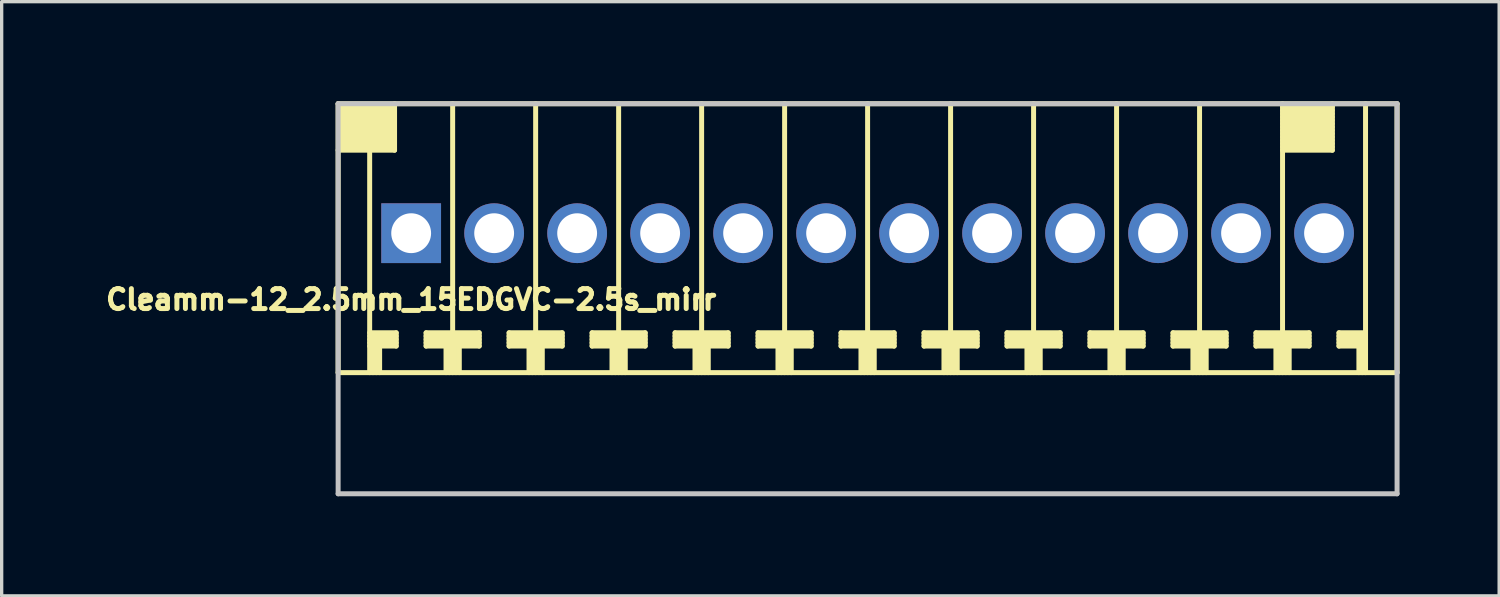
<source format=kicad_pcb>
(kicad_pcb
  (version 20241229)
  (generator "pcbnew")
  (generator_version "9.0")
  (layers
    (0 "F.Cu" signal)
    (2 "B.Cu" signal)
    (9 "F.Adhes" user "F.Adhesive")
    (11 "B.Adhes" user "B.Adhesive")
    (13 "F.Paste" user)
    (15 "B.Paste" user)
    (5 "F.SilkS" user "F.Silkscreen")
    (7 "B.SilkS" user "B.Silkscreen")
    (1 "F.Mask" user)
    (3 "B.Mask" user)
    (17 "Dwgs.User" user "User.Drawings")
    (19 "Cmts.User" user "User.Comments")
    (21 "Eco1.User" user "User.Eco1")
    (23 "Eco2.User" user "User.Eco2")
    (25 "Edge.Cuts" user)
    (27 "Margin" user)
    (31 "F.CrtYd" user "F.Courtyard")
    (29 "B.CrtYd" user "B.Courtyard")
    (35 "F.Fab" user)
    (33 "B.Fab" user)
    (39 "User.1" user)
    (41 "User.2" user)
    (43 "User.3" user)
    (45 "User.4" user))
  (footprint "Cleamm-12_2.5mm_15EDGVC-2.5s_mirr"
    (layer "F.Cu")
    (at 23.086 3.975)
    (property "Reference" "Cleamm-12_2.5mm_15EDGVC-2.5s_mirr" (at -13.75 2 0) (layer "F.SilkS") (effects (font (size 0.6 0.6) (thickness 0.15))))
    (attr through_hole)
    (fp_line (start -15.95 -3.9) (end -15.95 4.2) (stroke (width 0.15) (type solid)) (layer "F.SilkS"))
    (fp_line (start -15.95 -2.5) (end -14.25 -2.5) (stroke (width 0.15) (type solid)) (layer "F.SilkS"))
    (fp_line (start -15.9 -3.8) (end -14.3 -3.8) (stroke (width 0.15) (type solid)) (layer "F.SilkS"))
    (fp_line (start -15.9 -3.6) (end -14.3 -3.6) (stroke (width 0.15) (type solid)) (layer "F.SilkS"))
    (fp_line (start -15.9 -3.4) (end -14.3 -3.4) (stroke (width 0.15) (type solid)) (layer "F.SilkS"))
    (fp_line (start -15.9 -3.2) (end -14.3 -3.2) (stroke (width 0.15) (type solid)) (layer "F.SilkS"))
    (fp_line (start -15.9 -3) (end -14.3 -3) (stroke (width 0.15) (type solid)) (layer "F.SilkS"))
    (fp_line (start -15.9 -2.8) (end -14.3 -2.8) (stroke (width 0.15) (type solid)) (layer "F.SilkS"))
    (fp_line (start -15 -2.5) (end -15 4.2) (stroke (width 0.15) (type solid)) (layer "F.SilkS"))
    (fp_line (start -15 3.2) (end -14.2 3.2) (stroke (width 0.15) (type solid)) (layer "F.SilkS"))
    (fp_line (start -15 3.3) (end -14.2 3.3) (stroke (width 0.15) (type solid)) (layer "F.SilkS"))
    (fp_line (start -15 3.4) (end -14.2 3.4) (stroke (width 0.15) (type solid)) (layer "F.SilkS"))
    (fp_line (start -14.9 4.2) (end -14.9 3.4) (stroke (width 0.15) (type solid)) (layer "F.SilkS"))
    (fp_line (start -14.8 3.4) (end -14.8 4.2) (stroke (width 0.15) (type solid)) (layer "F.SilkS"))
    (fp_line (start -14.7 4.2) (end -14.7 3.4) (stroke (width 0.15) (type solid)) (layer "F.SilkS"))
    (fp_line (start -14.3 -3.7) (end -15.9 -3.7) (stroke (width 0.15) (type solid)) (layer "F.SilkS"))
    (fp_line (start -14.3 -3.5) (end -15.9 -3.5) (stroke (width 0.15) (type solid)) (layer "F.SilkS"))
    (fp_line (start -14.3 -3.3) (end -15.9 -3.3) (stroke (width 0.15) (type solid)) (layer "F.SilkS"))
    (fp_line (start -14.3 -3.1) (end -15.9 -3.1) (stroke (width 0.15) (type solid)) (layer "F.SilkS"))
    (fp_line (start -14.3 -2.9) (end -15.9 -2.9) (stroke (width 0.15) (type solid)) (layer "F.SilkS"))
    (fp_line (start -14.3 -2.7) (end -15.9 -2.7) (stroke (width 0.15) (type solid)) (layer "F.SilkS"))
    (fp_line (start -14.3 -2.6) (end -15.9 -2.6) (stroke (width 0.15) (type solid)) (layer "F.SilkS"))
    (fp_line (start -14.25 -2.5) (end -14.25 -3.9) (stroke (width 0.15) (type solid)) (layer "F.SilkS"))
    (fp_line (start -14.2 3) (end -15 3) (stroke (width 0.15) (type solid)) (layer "F.SilkS"))
    (fp_line (start -14.2 3.1) (end -15 3.1) (stroke (width 0.15) (type solid)) (layer "F.SilkS"))
    (fp_line (start -14.2 3.4) (end -14.2 3) (stroke (width 0.15) (type solid)) (layer "F.SilkS"))
    (fp_line (start -13.3 3) (end -13.3 3.4) (stroke (width 0.15) (type solid)) (layer "F.SilkS"))
    (fp_line (start -13.3 3.2) (end -11.7 3.2) (stroke (width 0.15) (type solid)) (layer "F.SilkS"))
    (fp_line (start -13.3 3.4) (end -12.7 3.4) (stroke (width 0.15) (type solid)) (layer "F.SilkS"))
    (fp_line (start -12.7 4.2) (end -12.7 3.4) (stroke (width 0.15) (type solid)) (layer "F.SilkS"))
    (fp_line (start -12.6 4.2) (end -12.6 3.4) (stroke (width 0.15) (type solid)) (layer "F.SilkS"))
    (fp_line (start -12.5 4.2) (end -12.5 -3.9) (stroke (width 0.15) (type solid)) (layer "F.SilkS"))
    (fp_line (start -12.4 4.2) (end -12.4 3.4) (stroke (width 0.15) (type solid)) (layer "F.SilkS"))
    (fp_line (start -12.3 3.4) (end -11.7 3.4) (stroke (width 0.15) (type solid)) (layer "F.SilkS"))
    (fp_line (start -12.3 4.2) (end -12.3 3.4) (stroke (width 0.15) (type solid)) (layer "F.SilkS"))
    (fp_line (start -11.7 3) (end -13.3 3) (stroke (width 0.15) (type solid)) (layer "F.SilkS"))
    (fp_line (start -11.7 3.1) (end -13.3 3.1) (stroke (width 0.15) (type solid)) (layer "F.SilkS"))
    (fp_line (start -11.7 3.3) (end -13.3 3.3) (stroke (width 0.15) (type solid)) (layer "F.SilkS"))
    (fp_line (start -11.7 3.4) (end -11.7 3) (stroke (width 0.15) (type solid)) (layer "F.SilkS"))
    (fp_line (start -10.8 3) (end -10.8 3.4) (stroke (width 0.15) (type solid)) (layer "F.SilkS"))
    (fp_line (start -10.8 3.2) (end -9.2 3.2) (stroke (width 0.15) (type solid)) (layer "F.SilkS"))
    (fp_line (start -10.8 3.4) (end -10.2 3.4) (stroke (width 0.15) (type solid)) (layer "F.SilkS"))
    (fp_line (start -10.2 4.2) (end -10.2 3.4) (stroke (width 0.15) (type solid)) (layer "F.SilkS"))
    (fp_line (start -10.1 4.2) (end -10.1 3.4) (stroke (width 0.15) (type solid)) (layer "F.SilkS"))
    (fp_line (start -10 -3.9) (end -10 4.2) (stroke (width 0.15) (type solid)) (layer "F.SilkS"))
    (fp_line (start -9.9 4.2) (end -9.9 3.4) (stroke (width 0.15) (type solid)) (layer "F.SilkS"))
    (fp_line (start -9.8 3.4) (end -9.2 3.4) (stroke (width 0.15) (type solid)) (layer "F.SilkS"))
    (fp_line (start -9.8 4.2) (end -9.8 3.4) (stroke (width 0.15) (type solid)) (layer "F.SilkS"))
    (fp_line (start -9.2 3) (end -10.8 3) (stroke (width 0.15) (type solid)) (layer "F.SilkS"))
    (fp_line (start -9.2 3.1) (end -10.8 3.1) (stroke (width 0.15) (type solid)) (layer "F.SilkS"))
    (fp_line (start -9.2 3.3) (end -10.8 3.3) (stroke (width 0.15) (type solid)) (layer "F.SilkS"))
    (fp_line (start -9.2 3.4) (end -9.2 3) (stroke (width 0.15) (type solid)) (layer "F.SilkS"))
    (fp_line (start -8.3 3) (end -8.3 3.4) (stroke (width 0.15) (type solid)) (layer "F.SilkS"))
    (fp_line (start -8.3 3.2) (end -6.7 3.2) (stroke (width 0.15) (type solid)) (layer "F.SilkS"))
    (fp_line (start -8.3 3.4) (end -7.7 3.4) (stroke (width 0.15) (type solid)) (layer "F.SilkS"))
    (fp_line (start -7.7 4.2) (end -7.7 3.4) (stroke (width 0.15) (type solid)) (layer "F.SilkS"))
    (fp_line (start -7.6 4.2) (end -7.6 3.4) (stroke (width 0.15) (type solid)) (layer "F.SilkS"))
    (fp_line (start -7.5 -3.9) (end -7.5 4.2) (stroke (width 0.15) (type solid)) (layer "F.SilkS"))
    (fp_line (start -7.4 4.2) (end -7.4 3.4) (stroke (width 0.15) (type solid)) (layer "F.SilkS"))
    (fp_line (start -7.3 3.4) (end -6.7 3.4) (stroke (width 0.15) (type solid)) (layer "F.SilkS"))
    (fp_line (start -7.3 4.2) (end -7.3 3.4) (stroke (width 0.15) (type solid)) (layer "F.SilkS"))
    (fp_line (start -6.7 3) (end -8.3 3) (stroke (width 0.15) (type solid)) (layer "F.SilkS"))
    (fp_line (start -6.7 3.1) (end -8.3 3.1) (stroke (width 0.15) (type solid)) (layer "F.SilkS"))
    (fp_line (start -6.7 3.3) (end -8.3 3.3) (stroke (width 0.15) (type solid)) (layer "F.SilkS"))
    (fp_line (start -6.7 3.4) (end -6.7 3) (stroke (width 0.15) (type solid)) (layer "F.SilkS"))
    (fp_line (start -5.8 3) (end -5.8 3.4) (stroke (width 0.15) (type solid)) (layer "F.SilkS"))
    (fp_line (start -5.8 3.2) (end -4.2 3.2) (stroke (width 0.15) (type solid)) (layer "F.SilkS"))
    (fp_line (start -5.8 3.4) (end -5.2 3.4) (stroke (width 0.15) (type solid)) (layer "F.SilkS"))
    (fp_line (start -5.2 4.2) (end -5.2 3.4) (stroke (width 0.15) (type solid)) (layer "F.SilkS"))
    (fp_line (start -5.1 4.2) (end -5.1 3.4) (stroke (width 0.15) (type solid)) (layer "F.SilkS"))
    (fp_line (start -5 4.2) (end -5 -3.9) (stroke (width 0.15) (type solid)) (layer "F.SilkS"))
    (fp_line (start -4.9 4.2) (end -4.9 3.4) (stroke (width 0.15) (type solid)) (layer "F.SilkS"))
    (fp_line (start -4.8 3.4) (end -4.2 3.4) (stroke (width 0.15) (type solid)) (layer "F.SilkS"))
    (fp_line (start -4.8 4.2) (end -4.8 3.4) (stroke (width 0.15) (type solid)) (layer "F.SilkS"))
    (fp_line (start -4.2 3) (end -5.8 3) (stroke (width 0.15) (type solid)) (layer "F.SilkS"))
    (fp_line (start -4.2 3.1) (end -5.8 3.1) (stroke (width 0.15) (type solid)) (layer "F.SilkS"))
    (fp_line (start -4.2 3.3) (end -5.8 3.3) (stroke (width 0.15) (type solid)) (layer "F.SilkS"))
    (fp_line (start -4.2 3.4) (end -4.2 3) (stroke (width 0.15) (type solid)) (layer "F.SilkS"))
    (fp_line (start -3.3 3) (end -3.3 3.4) (stroke (width 0.15) (type solid)) (layer "F.SilkS"))
    (fp_line (start -3.3 3.2) (end -1.7 3.2) (stroke (width 0.15) (type solid)) (layer "F.SilkS"))
    (fp_line (start -3.3 3.4) (end -2.7 3.4) (stroke (width 0.15) (type solid)) (layer "F.SilkS"))
    (fp_line (start -2.7 4.2) (end -2.7 3.4) (stroke (width 0.15) (type solid)) (layer "F.SilkS"))
    (fp_line (start -2.6 4.2) (end -2.6 3.4) (stroke (width 0.15) (type solid)) (layer "F.SilkS"))
    (fp_line (start -2.5 4.2) (end -2.5 -3.9) (stroke (width 0.15) (type solid)) (layer "F.SilkS"))
    (fp_line (start -2.4 4.2) (end -2.4 3.4) (stroke (width 0.15) (type solid)) (layer "F.SilkS"))
    (fp_line (start -2.3 3.4) (end -1.7 3.4) (stroke (width 0.15) (type solid)) (layer "F.SilkS"))
    (fp_line (start -2.3 4.2) (end -2.3 3.4) (stroke (width 0.15) (type solid)) (layer "F.SilkS"))
    (fp_line (start -1.7 3) (end -3.3 3) (stroke (width 0.15) (type solid)) (layer "F.SilkS"))
    (fp_line (start -1.7 3.1) (end -3.3 3.1) (stroke (width 0.15) (type solid)) (layer "F.SilkS"))
    (fp_line (start -1.7 3.3) (end -3.3 3.3) (stroke (width 0.15) (type solid)) (layer "F.SilkS"))
    (fp_line (start -1.7 3.4) (end -1.7 3) (stroke (width 0.15) (type solid)) (layer "F.SilkS"))
    (fp_line (start -0.8 3) (end -0.8 3.4) (stroke (width 0.15) (type solid)) (layer "F.SilkS"))
    (fp_line (start -0.8 3.2) (end 0.8 3.2) (stroke (width 0.15) (type solid)) (layer "F.SilkS"))
    (fp_line (start -0.8 3.4) (end -0.2 3.4) (stroke (width 0.15) (type solid)) (layer "F.SilkS"))
    (fp_line (start -0.2 4.2) (end -0.2 3.4) (stroke (width 0.15) (type solid)) (layer "F.SilkS"))
    (fp_line (start -0.1 4.2) (end -0.1 3.4) (stroke (width 0.15) (type solid)) (layer "F.SilkS"))
    (fp_line (start 0 4.2) (end 0 -3.9) (stroke (width 0.15) (type solid)) (layer "F.SilkS"))
    (fp_line (start 0.1 4.2) (end 0.1 3.4) (stroke (width 0.15) (type solid)) (layer "F.SilkS"))
    (fp_line (start 0.2 3.4) (end 0.8 3.4) (stroke (width 0.15) (type solid)) (layer "F.SilkS"))
    (fp_line (start 0.2 4.2) (end 0.2 3.4) (stroke (width 0.15) (type solid)) (layer "F.SilkS"))
    (fp_line (start 0.8 3) (end -0.8 3) (stroke (width 0.15) (type solid)) (layer "F.SilkS"))
    (fp_line (start 0.8 3.1) (end -0.8 3.1) (stroke (width 0.15) (type solid)) (layer "F.SilkS"))
    (fp_line (start 0.8 3.3) (end -0.8 3.3) (stroke (width 0.15) (type solid)) (layer "F.SilkS"))
    (fp_line (start 0.8 3.4) (end 0.8 3) (stroke (width 0.15) (type solid)) (layer "F.SilkS"))
    (fp_line (start 1.7 3) (end 1.7 3.4) (stroke (width 0.15) (type solid)) (layer "F.SilkS"))
    (fp_line (start 1.7 3.2) (end 3.3 3.2) (stroke (width 0.15) (type solid)) (layer "F.SilkS"))
    (fp_line (start 1.7 3.4) (end 2.3 3.4) (stroke (width 0.15) (type solid)) (layer "F.SilkS"))
    (fp_line (start 2.3 4.2) (end 2.3 3.4) (stroke (width 0.15) (type solid)) (layer "F.SilkS"))
    (fp_line (start 2.4 4.2) (end 2.4 3.4) (stroke (width 0.15) (type solid)) (layer "F.SilkS"))
    (fp_line (start 2.5 4.2) (end 2.5 -3.9) (stroke (width 0.15) (type solid)) (layer "F.SilkS"))
    (fp_line (start 2.6 4.2) (end 2.6 3.4) (stroke (width 0.15) (type solid)) (layer "F.SilkS"))
    (fp_line (start 2.7 3.4) (end 3.3 3.4) (stroke (width 0.15) (type solid)) (layer "F.SilkS"))
    (fp_line (start 2.7 4.2) (end 2.7 3.4) (stroke (width 0.15) (type solid)) (layer "F.SilkS"))
    (fp_line (start 3.3 3) (end 1.7 3) (stroke (width 0.15) (type solid)) (layer "F.SilkS"))
    (fp_line (start 3.3 3.1) (end 1.7 3.1) (stroke (width 0.15) (type solid)) (layer "F.SilkS"))
    (fp_line (start 3.3 3.3) (end 1.7 3.3) (stroke (width 0.15) (type solid)) (layer "F.SilkS"))
    (fp_line (start 3.3 3.4) (end 3.3 3) (stroke (width 0.15) (type solid)) (layer "F.SilkS"))
    (fp_line (start 4.2 3) (end 4.2 3.4) (stroke (width 0.15) (type solid)) (layer "F.SilkS"))
    (fp_line (start 4.2 3.2) (end 5.8 3.2) (stroke (width 0.15) (type solid)) (layer "F.SilkS"))
    (fp_line (start 4.2 3.4) (end 4.8 3.4) (stroke (width 0.15) (type solid)) (layer "F.SilkS"))
    (fp_line (start 4.8 4.2) (end 4.8 3.4) (stroke (width 0.15) (type solid)) (layer "F.SilkS"))
    (fp_line (start 4.9 4.2) (end 4.9 3.4) (stroke (width 0.15) (type solid)) (layer "F.SilkS"))
    (fp_line (start 5 4.2) (end 5 -3.9) (stroke (width 0.15) (type solid)) (layer "F.SilkS"))
    (fp_line (start 5.1 4.2) (end 5.1 3.4) (stroke (width 0.15) (type solid)) (layer "F.SilkS"))
    (fp_line (start 5.2 3.4) (end 5.8 3.4) (stroke (width 0.15) (type solid)) (layer "F.SilkS"))
    (fp_line (start 5.2 4.2) (end 5.2 3.4) (stroke (width 0.15) (type solid)) (layer "F.SilkS"))
    (fp_line (start 5.8 3) (end 4.2 3) (stroke (width 0.15) (type solid)) (layer "F.SilkS"))
    (fp_line (start 5.8 3.1) (end 4.2 3.1) (stroke (width 0.15) (type solid)) (layer "F.SilkS"))
    (fp_line (start 5.8 3.3) (end 4.2 3.3) (stroke (width 0.15) (type solid)) (layer "F.SilkS"))
    (fp_line (start 5.8 3.4) (end 5.8 3) (stroke (width 0.15) (type solid)) (layer "F.SilkS"))
    (fp_line (start 6.7 3) (end 6.7 3.4) (stroke (width 0.15) (type solid)) (layer "F.SilkS"))
    (fp_line (start 6.7 3.2) (end 8.3 3.2) (stroke (width 0.15) (type solid)) (layer "F.SilkS"))
    (fp_line (start 6.7 3.4) (end 7.3 3.4) (stroke (width 0.15) (type solid)) (layer "F.SilkS"))
    (fp_line (start 7.3 4.2) (end 7.3 3.4) (stroke (width 0.15) (type solid)) (layer "F.SilkS"))
    (fp_line (start 7.4 4.2) (end 7.4 3.4) (stroke (width 0.15) (type solid)) (layer "F.SilkS"))
    (fp_line (start 7.5 4.2) (end 7.5 -3.9) (stroke (width 0.15) (type solid)) (layer "F.SilkS"))
    (fp_line (start 7.6 4.2) (end 7.6 3.4) (stroke (width 0.15) (type solid)) (layer "F.SilkS"))
    (fp_line (start 7.7 3.4) (end 8.3 3.4) (stroke (width 0.15) (type solid)) (layer "F.SilkS"))
    (fp_line (start 7.7 4.2) (end 7.7 3.4) (stroke (width 0.15) (type solid)) (layer "F.SilkS"))
    (fp_line (start 8.3 3) (end 6.7 3) (stroke (width 0.15) (type solid)) (layer "F.SilkS"))
    (fp_line (start 8.3 3.1) (end 6.7 3.1) (stroke (width 0.15) (type solid)) (layer "F.SilkS"))
    (fp_line (start 8.3 3.3) (end 6.7 3.3) (stroke (width 0.15) (type solid)) (layer "F.SilkS"))
    (fp_line (start 8.3 3.4) (end 8.3 3) (stroke (width 0.15) (type solid)) (layer "F.SilkS"))
    (fp_line (start 9.2 3) (end 9.2 3.4) (stroke (width 0.15) (type solid)) (layer "F.SilkS"))
    (fp_line (start 9.2 3.2) (end 10.8 3.2) (stroke (width 0.15) (type solid)) (layer "F.SilkS"))
    (fp_line (start 9.2 3.4) (end 9.8 3.4) (stroke (width 0.15) (type solid)) (layer "F.SilkS"))
    (fp_line (start 9.8 4.2) (end 9.8 3.4) (stroke (width 0.15) (type solid)) (layer "F.SilkS"))
    (fp_line (start 9.9 4.2) (end 9.9 3.4) (stroke (width 0.15) (type solid)) (layer "F.SilkS"))
    (fp_line (start 10 4.2) (end 10 -3.9) (stroke (width 0.15) (type solid)) (layer "F.SilkS"))
    (fp_line (start 10.1 4.2) (end 10.1 3.4) (stroke (width 0.15) (type solid)) (layer "F.SilkS"))
    (fp_line (start 10.2 3.4) (end 10.8 3.4) (stroke (width 0.15) (type solid)) (layer "F.SilkS"))
    (fp_line (start 10.2 4.2) (end 10.2 3.4) (stroke (width 0.15) (type solid)) (layer "F.SilkS"))
    (fp_line (start 10.8 3) (end 9.2 3) (stroke (width 0.15) (type solid)) (layer "F.SilkS"))
    (fp_line (start 10.8 3.1) (end 9.2 3.1) (stroke (width 0.15) (type solid)) (layer "F.SilkS"))
    (fp_line (start 10.8 3.3) (end 9.2 3.3) (stroke (width 0.15) (type solid)) (layer "F.SilkS"))
    (fp_line (start 10.8 3.4) (end 10.8 3) (stroke (width 0.15) (type solid)) (layer "F.SilkS"))
    (fp_line (start 11.7 3) (end 11.7 3.4) (stroke (width 0.15) (type solid)) (layer "F.SilkS"))
    (fp_line (start 11.7 3.2) (end 13.3 3.2) (stroke (width 0.15) (type solid)) (layer "F.SilkS"))
    (fp_line (start 11.7 3.4) (end 12.3 3.4) (stroke (width 0.15) (type solid)) (layer "F.SilkS"))
    (fp_line (start 12.3 4.2) (end 12.3 3.4) (stroke (width 0.15) (type solid)) (layer "F.SilkS"))
    (fp_line (start 12.4 4.2) (end 12.4 3.4) (stroke (width 0.15) (type solid)) (layer "F.SilkS"))
    (fp_line (start 12.5 -3.7) (end 14 -3.7) (stroke (width 0.15) (type solid)) (layer "F.SilkS"))
    (fp_line (start 12.5 -3.5) (end 14 -3.5) (stroke (width 0.15) (type solid)) (layer "F.SilkS"))
    (fp_line (start 12.5 -3.3) (end 14 -3.3) (stroke (width 0.15) (type solid)) (layer "F.SilkS"))
    (fp_line (start 12.5 -3.1) (end 14 -3.1) (stroke (width 0.15) (type solid)) (layer "F.SilkS"))
    (fp_line (start 12.5 -2.9) (end 14 -2.9) (stroke (width 0.15) (type solid)) (layer "F.SilkS"))
    (fp_line (start 12.5 -2.7) (end 14 -2.7) (stroke (width 0.15) (type solid)) (layer "F.SilkS"))
    (fp_line (start 12.5 4.2) (end 12.5 -3.9) (stroke (width 0.15) (type solid)) (layer "F.SilkS"))
    (fp_line (start 12.6 4.2) (end 12.6 3.4) (stroke (width 0.15) (type solid)) (layer "F.SilkS"))
    (fp_line (start 12.7 3.4) (end 13.3 3.4) (stroke (width 0.15) (type solid)) (layer "F.SilkS"))
    (fp_line (start 12.7 4.2) (end 12.7 3.4) (stroke (width 0.15) (type solid)) (layer "F.SilkS"))
    (fp_line (start 13.3 3) (end 11.7 3) (stroke (width 0.15) (type solid)) (layer "F.SilkS"))
    (fp_line (start 13.3 3.1) (end 11.7 3.1) (stroke (width 0.15) (type solid)) (layer "F.SilkS"))
    (fp_line (start 13.3 3.3) (end 11.7 3.3) (stroke (width 0.15) (type solid)) (layer "F.SilkS"))
    (fp_line (start 13.3 3.4) (end 13.3 3) (stroke (width 0.15) (type solid)) (layer "F.SilkS"))
    (fp_line (start 14 -3.8) (end 12.5 -3.8) (stroke (width 0.15) (type solid)) (layer "F.SilkS"))
    (fp_line (start 14 -3.6) (end 12.5 -3.6) (stroke (width 0.15) (type solid)) (layer "F.SilkS"))
    (fp_line (start 14 -3.4) (end 12.5 -3.4) (stroke (width 0.15) (type solid)) (layer "F.SilkS"))
    (fp_line (start 14 -3.2) (end 12.5 -3.2) (stroke (width 0.15) (type solid)) (layer "F.SilkS"))
    (fp_line (start 14 -3) (end 12.5 -3) (stroke (width 0.15) (type solid)) (layer "F.SilkS"))
    (fp_line (start 14 -2.8) (end 12.5 -2.8) (stroke (width 0.15) (type solid)) (layer "F.SilkS"))
    (fp_line (start 14 -2.6) (end 12.5 -2.6) (stroke (width 0.15) (type solid)) (layer "F.SilkS"))
    (fp_line (start 14 -2.5) (end 12.5 -2.5) (stroke (width 0.15) (type solid)) (layer "F.SilkS"))
    (fp_line (start 14 -2.5) (end 14 -3.9) (stroke (width 0.15) (type solid)) (layer "F.SilkS"))
    (fp_line (start 14.2 3) (end 14.2 3.4) (stroke (width 0.15) (type solid)) (layer "F.SilkS"))
    (fp_line (start 14.2 3) (end 15 3) (stroke (width 0.15) (type solid)) (layer "F.SilkS"))
    (fp_line (start 14.2 3.3) (end 15 3.3) (stroke (width 0.15) (type solid)) (layer "F.SilkS"))
    (fp_line (start 14.2 3.4) (end 14.8 3.4) (stroke (width 0.15) (type solid)) (layer "F.SilkS"))
    (fp_line (start 14.8 4.2) (end 14.8 3.4) (stroke (width 0.15) (type solid)) (layer "F.SilkS"))
    (fp_line (start 14.9 4.2) (end 14.9 3.4) (stroke (width 0.15) (type solid)) (layer "F.SilkS"))
    (fp_line (start 15 3.1) (end 14.2 3.1) (stroke (width 0.15) (type solid)) (layer "F.SilkS"))
    (fp_line (start 15 3.2) (end 14.2 3.2) (stroke (width 0.15) (type solid)) (layer "F.SilkS"))
    (fp_line (start 15 4.2) (end 15 -3.9) (stroke (width 0.15) (type solid)) (layer "F.SilkS"))
    (fp_line (start 15.95 -3.9) (end -15.95 -3.9) (stroke (width 0.15) (type solid)) (layer "F.SilkS"))
    (fp_line (start 15.95 -3.9) (end 15.95 4.2) (stroke (width 0.15) (type solid)) (layer "F.SilkS"))
    (fp_line (start 15.95 4.2) (end -15.95 4.2) (stroke (width 0.15) (type solid)) (layer "F.SilkS"))
    (fp_line (start -15.95 -3.9) (end -15.95 7.85) (stroke (width 0.15) (type solid)) (layer "Dwgs.User"))
    (fp_line (start -15.95 -3.9) (end 15.95 -3.9) (stroke (width 0.15) (type solid)) (layer "Dwgs.User"))
    (fp_line (start 15.95 7.85) (end -15.95 7.85) (stroke (width 0.15) (type solid)) (layer "Dwgs.User"))
    (fp_line (start 15.95 7.85) (end 15.95 -3.9) (stroke (width 0.15) (type solid)) (layer "Dwgs.User"))
    (pad "1" thru_hole rect (at -13.75 0) (size 1.8 1.8) (drill 1.2) (layers "*.Cu" "*.Mask"))
    (pad "2" thru_hole circle (at -11.25 0) (size 1.8 1.8) (drill 1.2) (layers "*.Cu" "*.Mask"))
    (pad "3" thru_hole circle (at -8.75 0) (size 1.8 1.8) (drill 1.2) (layers "*.Cu" "*.Mask"))
    (pad "4" thru_hole circle (at -6.25 0) (size 1.8 1.8) (drill 1.2) (layers "*.Cu" "*.Mask"))
    (pad "5" thru_hole circle (at -3.75 0) (size 1.8 1.8) (drill 1.2) (layers "*.Cu" "*.Mask"))
    (pad "6" thru_hole circle (at -1.25 0) (size 1.8 1.8) (drill 1.2) (layers "*.Cu" "*.Mask"))
    (pad "7" thru_hole circle (at 1.25 0) (size 1.8 1.8) (drill 1.2) (layers "*.Cu" "*.Mask"))
    (pad "8" thru_hole circle (at 3.75 0) (size 1.8 1.8) (drill 1.2) (layers "*.Cu" "*.Mask"))
    (pad "9" thru_hole circle (at 6.25 0) (size 1.8 1.8) (drill 1.2) (layers "*.Cu" "*.Mask"))
    (pad "10" thru_hole circle (at 8.75 0) (size 1.8 1.8) (drill 1.2) (layers "*.Cu" "*.Mask"))
    (pad "11" thru_hole circle (at 11.25 0) (size 1.8 1.8) (drill 1.2) (layers "*.Cu" "*.Mask"))
    (pad "12" thru_hole circle (at 13.75 0) (size 1.8 1.8) (drill 1.2) (layers "*.Cu" "*.Mask")))
  (gr_rect
    (start -3 -3)
    (end 42.111 14.9)
    (stroke (width 0.1) (type default))
    (fill no)
    (layer "Edge.Cuts")))
</source>
